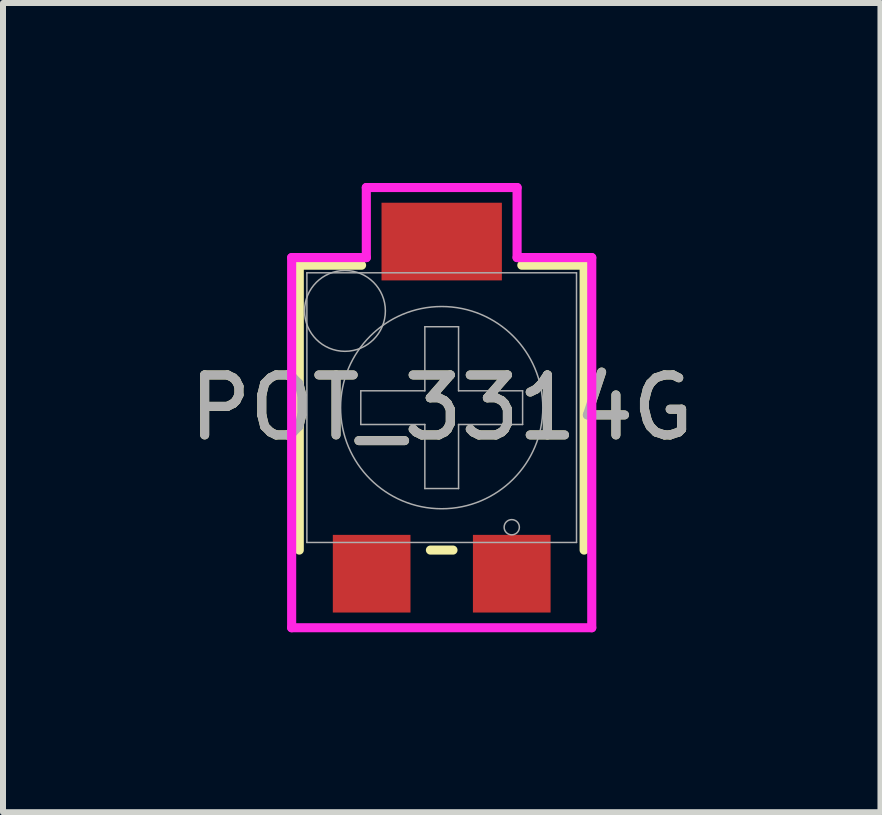
<source format=kicad_pcb>
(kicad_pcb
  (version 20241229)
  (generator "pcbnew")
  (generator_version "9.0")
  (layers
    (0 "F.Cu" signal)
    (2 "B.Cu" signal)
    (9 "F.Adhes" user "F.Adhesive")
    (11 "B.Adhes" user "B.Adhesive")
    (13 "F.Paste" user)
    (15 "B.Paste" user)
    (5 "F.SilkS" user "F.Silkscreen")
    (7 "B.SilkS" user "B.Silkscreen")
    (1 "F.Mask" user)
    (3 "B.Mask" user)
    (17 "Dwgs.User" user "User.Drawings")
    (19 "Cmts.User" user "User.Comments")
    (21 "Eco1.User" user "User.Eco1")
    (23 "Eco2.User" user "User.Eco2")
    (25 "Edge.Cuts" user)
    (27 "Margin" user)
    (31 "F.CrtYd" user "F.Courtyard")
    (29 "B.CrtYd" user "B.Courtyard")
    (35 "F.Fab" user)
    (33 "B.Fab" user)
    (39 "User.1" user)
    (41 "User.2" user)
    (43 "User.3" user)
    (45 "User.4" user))
  (footprint "POT_3314G"
    (layer "F.Cu")
    (at 4.315 3.747)
    (property "Reference" "POT_3314G" (at 0 0 0) (unlocked yes) (layer "F.SilkS") (effects (font (size 1 1) (thickness 0.15))))
    (attr smd)
    (fp_line (start -2.375 -2.375) (end -2.375 2.375) (stroke (width 0.152) (type solid)) (layer "F.SilkS"))
    (fp_line (start -1.336 -2.375) (end -2.375 -2.375) (stroke (width 0.152) (type solid)) (layer "F.SilkS"))
    (fp_line (start -0.188 2.375) (end 0.188 2.375) (stroke (width 0.152) (type solid)) (layer "F.SilkS"))
    (fp_line (start 2.375 -2.375) (end 1.336 -2.375) (stroke (width 0.152) (type solid)) (layer "F.SilkS"))
    (fp_line (start 2.375 -2.375) (end 2.375 2.375) (stroke (width 0.152) (type solid)) (layer "F.SilkS"))
    (fp_line (start -2.502 -2.502) (end -1.257 -2.502) (stroke (width 0.152) (type solid)) (layer "F.CrtYd"))
    (fp_line (start -2.502 3.67) (end -2.502 -2.502) (stroke (width 0.152) (type solid)) (layer "F.CrtYd"))
    (fp_line (start -1.257 -3.67) (end 1.257 -3.67) (stroke (width 0.152) (type solid)) (layer "F.CrtYd"))
    (fp_line (start -1.257 -2.502) (end -1.257 -3.67) (stroke (width 0.152) (type solid)) (layer "F.CrtYd"))
    (fp_line (start 1.257 -3.67) (end 1.257 -2.502) (stroke (width 0.152) (type solid)) (layer "F.CrtYd"))
    (fp_line (start 1.257 -2.502) (end 2.502 -2.502) (stroke (width 0.152) (type solid)) (layer "F.CrtYd"))
    (fp_line (start 2.502 -2.502) (end 2.502 3.67) (stroke (width 0.152) (type solid)) (layer "F.CrtYd"))
    (fp_line (start 2.502 3.67) (end -2.502 3.67) (stroke (width 0.152) (type solid)) (layer "F.CrtYd"))
    (fp_line (start -2.248 -2.248) (end -2.248 2.248) (stroke (width 0.025) (type solid)) (layer "F.Fab"))
    (fp_line (start -2.248 2.248) (end 2.248 2.248) (stroke (width 0.025) (type solid)) (layer "F.Fab"))
    (fp_line (start -1.349 -0.281) (end -1.349 0.281) (stroke (width 0.025) (type solid)) (layer "F.Fab"))
    (fp_line (start -0.281 -1.349) (end -0.281 -0.281) (stroke (width 0.025) (type solid)) (layer "F.Fab"))
    (fp_line (start -0.281 -1.349) (end 0.281 -1.349) (stroke (width 0.025) (type solid)) (layer "F.Fab"))
    (fp_line (start -0.281 -0.281) (end -1.349 -0.281) (stroke (width 0.025) (type solid)) (layer "F.Fab"))
    (fp_line (start -0.281 0.281) (end -1.349 0.281) (stroke (width 0.025) (type solid)) (layer "F.Fab"))
    (fp_line (start -0.281 1.349) (end -0.281 0.281) (stroke (width 0.025) (type solid)) (layer "F.Fab"))
    (fp_line (start -0.281 1.349) (end 0.281 1.349) (stroke (width 0.025) (type solid)) (layer "F.Fab"))
    (fp_line (start 0.281 -1.349) (end 0.281 -0.281) (stroke (width 0.025) (type solid)) (layer "F.Fab"))
    (fp_line (start 0.281 -0.281) (end 1.349 -0.281) (stroke (width 0.025) (type solid)) (layer "F.Fab"))
    (fp_line (start 0.281 0.281) (end 1.349 0.281) (stroke (width 0.025) (type solid)) (layer "F.Fab"))
    (fp_line (start 0.281 1.349) (end 0.281 0.281) (stroke (width 0.025) (type solid)) (layer "F.Fab"))
    (fp_line (start 1.349 -0.281) (end 1.349 0.281) (stroke (width 0.025) (type solid)) (layer "F.Fab"))
    (fp_line (start 2.248 -2.248) (end -2.248 -2.248) (stroke (width 0.025) (type solid)) (layer "F.Fab"))
    (fp_line (start 2.248 -2.248) (end 2.248 2.248) (stroke (width 0.025) (type solid)) (layer "F.Fab"))
    (fp_circle (center -1.613 -1.613) (end -0.939 -1.613) (stroke (width 0.025) (type solid)) (fill no) (layer "F.Fab"))
    (fp_circle (center 0 0) (end 1.686 0) (stroke (width 0.025) (type solid)) (fill no) (layer "F.Fab"))
    (fp_circle (center 1.168 1.994) (end 1.295 1.994) (stroke (width 0.025) (type solid)) (fill no) (layer "F.Fab"))
    (fp_text user "${REFERENCE}" (at 0 0 0) (unlocked yes) (layer "F.Fab") (effects (font (size 1 1) (thickness 0.15))))
    (pad "1" smd rect (at 1.168 2.769) (size 1.295 1.295) (layers "F.Cu" "F.Mask" "F.Paste"))
    (pad "2" smd rect (at 0 -2.769) (size 2.007 1.295) (layers "F.Cu" "F.Mask" "F.Paste"))
    (pad "3" smd rect (at -1.168 2.769) (size 1.295 1.295) (layers "F.Cu" "F.Mask" "F.Paste")))
  (gr_rect
    (start -3 -3)
    (end 11.631 10.493)
    (stroke (width 0.1) (type default))
    (fill no)
    (layer "Edge.Cuts")))
</source>
